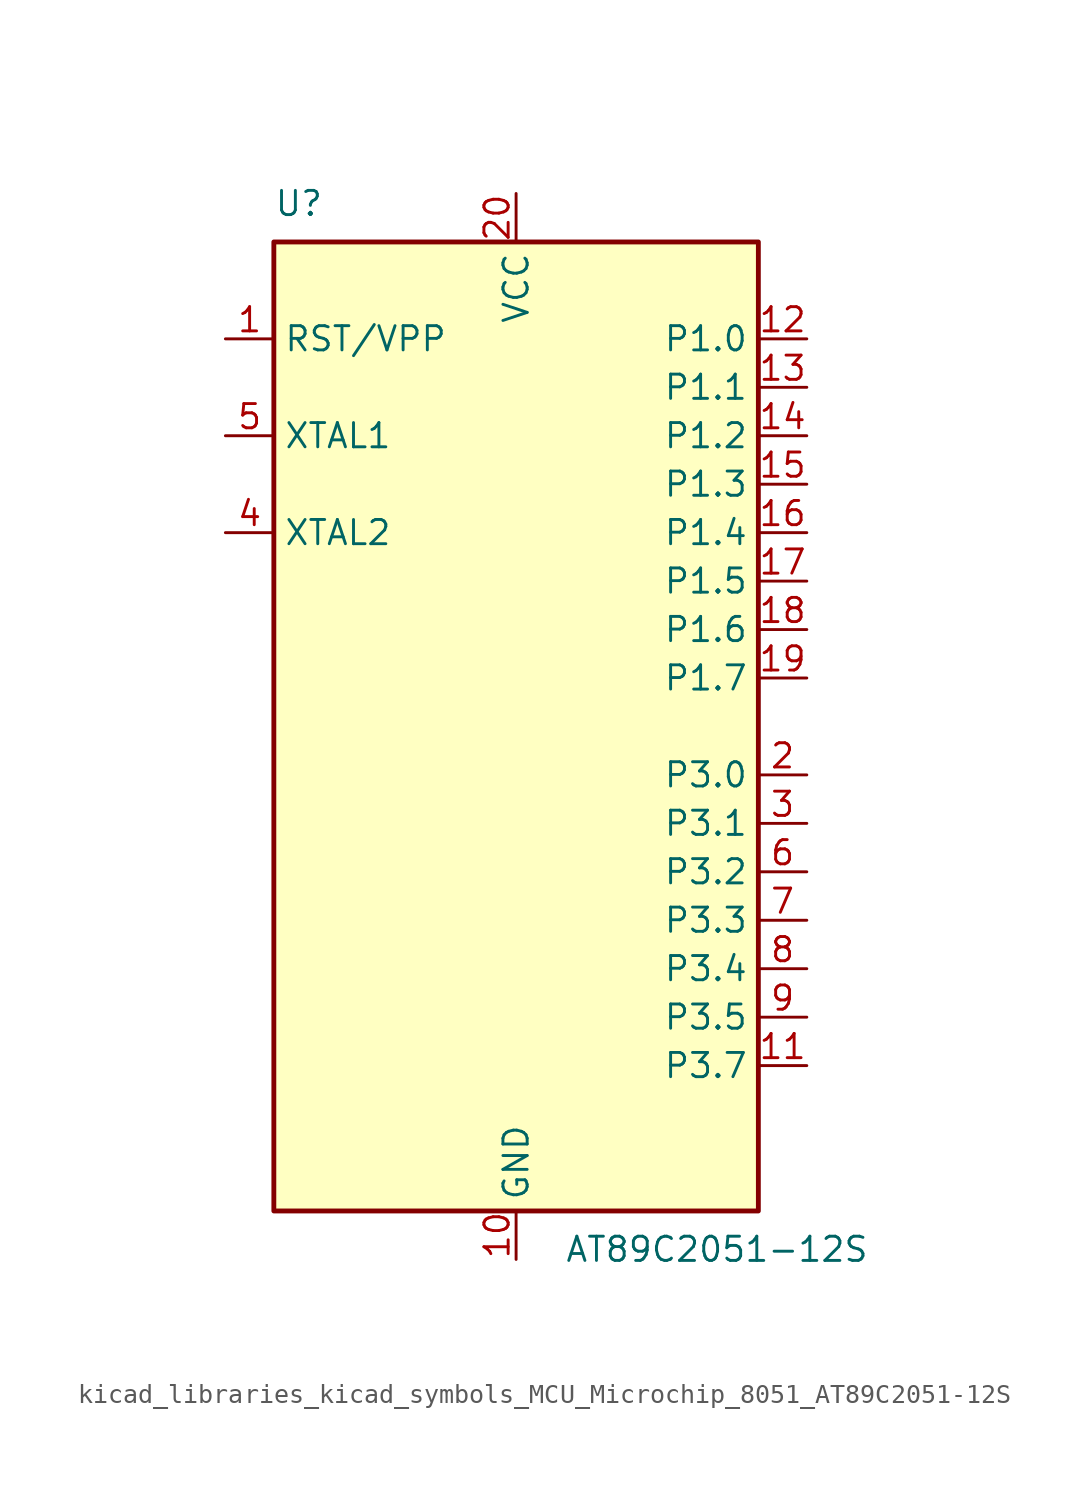
<source format=kicad_sym>
(kicad_symbol_lib
  (version 20220914)
  (generator kicad_symbol_editor)
  (symbol "kicad_libraries_kicad_symbols_MCU_Microchip_8051_AT89C2051-12S"
    (property "Reference" "U"
      (at -12.7 26.67 0)
      (effects (font (size 1.27 1.27)) (justify left bottom)))
    (property "Value" "AT89C2051-12S"
      (at 2.54 -26.67 0)
      (effects (font (size 1.27 1.27)) (justify left top)))
    (symbol "kicad_libraries_kicad_symbols_MCU_Microchip_8051_AT89C2051-12S_0_1"
      (rectangle (start -12.7 -25.4) (end 12.7 25.4) (stroke (width 0.254) (type default)) (fill (type background))))
    (symbol "kicad_libraries_kicad_symbols_MCU_Microchip_8051_AT89C2051-12S_1_1"
      (pin input line (at -15.24 20.32 0) (length 2.54) (name "RST/VPP" (effects (font (size 1.27 1.27)))) (number "1" (effects (font (size 1.27 1.27)))))
      (pin power_in line (at 0 -27.94 90) (length 2.54) (name "GND" (effects (font (size 1.27 1.27)))) (number "10" (effects (font (size 1.27 1.27)))))
      (pin bidirectional line (at 15.24 -17.78 180) (length 2.54) (name "P3.7" (effects (font (size 1.27 1.27)))) (number "11" (effects (font (size 1.27 1.27)))))
      (pin bidirectional line (at 15.24 20.32 180) (length 2.54) (name "P1.0" (effects (font (size 1.27 1.27)))) (number "12" (effects (font (size 1.27 1.27)))))
      (pin bidirectional line (at 15.24 17.78 180) (length 2.54) (name "P1.1" (effects (font (size 1.27 1.27)))) (number "13" (effects (font (size 1.27 1.27)))))
      (pin bidirectional line (at 15.24 15.24 180) (length 2.54) (name "P1.2" (effects (font (size 1.27 1.27)))) (number "14" (effects (font (size 1.27 1.27)))))
      (pin bidirectional line (at 15.24 12.7 180) (length 2.54) (name "P1.3" (effects (font (size 1.27 1.27)))) (number "15" (effects (font (size 1.27 1.27)))))
      (pin bidirectional line (at 15.24 10.16 180) (length 2.54) (name "P1.4" (effects (font (size 1.27 1.27)))) (number "16" (effects (font (size 1.27 1.27)))))
      (pin bidirectional line (at 15.24 7.62 180) (length 2.54) (name "P1.5" (effects (font (size 1.27 1.27)))) (number "17" (effects (font (size 1.27 1.27)))))
      (pin bidirectional line (at 15.24 5.08 180) (length 2.54) (name "P1.6" (effects (font (size 1.27 1.27)))) (number "18" (effects (font (size 1.27 1.27)))))
      (pin bidirectional line (at 15.24 2.54 180) (length 2.54) (name "P1.7" (effects (font (size 1.27 1.27)))) (number "19" (effects (font (size 1.27 1.27)))))
      (pin bidirectional line (at 15.24 -2.54 180) (length 2.54) (name "P3.0" (effects (font (size 1.27 1.27)))) (number "2" (effects (font (size 1.27 1.27)))))
      (pin power_in line (at 0 27.94 270) (length 2.54) (name "VCC" (effects (font (size 1.27 1.27)))) (number "20" (effects (font (size 1.27 1.27)))))
      (pin bidirectional line (at 15.24 -5.08 180) (length 2.54) (name "P3.1" (effects (font (size 1.27 1.27)))) (number "3" (effects (font (size 1.27 1.27)))))
      (pin output line (at -15.24 10.16 0) (length 2.54) (name "XTAL2" (effects (font (size 1.27 1.27)))) (number "4" (effects (font (size 1.27 1.27)))))
      (pin input line (at -15.24 15.24 0) (length 2.54) (name "XTAL1" (effects (font (size 1.27 1.27)))) (number "5" (effects (font (size 1.27 1.27)))))
      (pin bidirectional line (at 15.24 -7.62 180) (length 2.54) (name "P3.2" (effects (font (size 1.27 1.27)))) (number "6" (effects (font (size 1.27 1.27)))))
      (pin bidirectional line (at 15.24 -10.16 180) (length 2.54) (name "P3.3" (effects (font (size 1.27 1.27)))) (number "7" (effects (font (size 1.27 1.27)))))
      (pin bidirectional line (at 15.24 -12.7 180) (length 2.54) (name "P3.4" (effects (font (size 1.27 1.27)))) (number "8" (effects (font (size 1.27 1.27)))))
      (pin bidirectional line (at 15.24 -15.24 180) (length 2.54) (name "P3.5" (effects (font (size 1.27 1.27)))) (number "9" (effects (font (size 1.27 1.27))))))))
</source>
